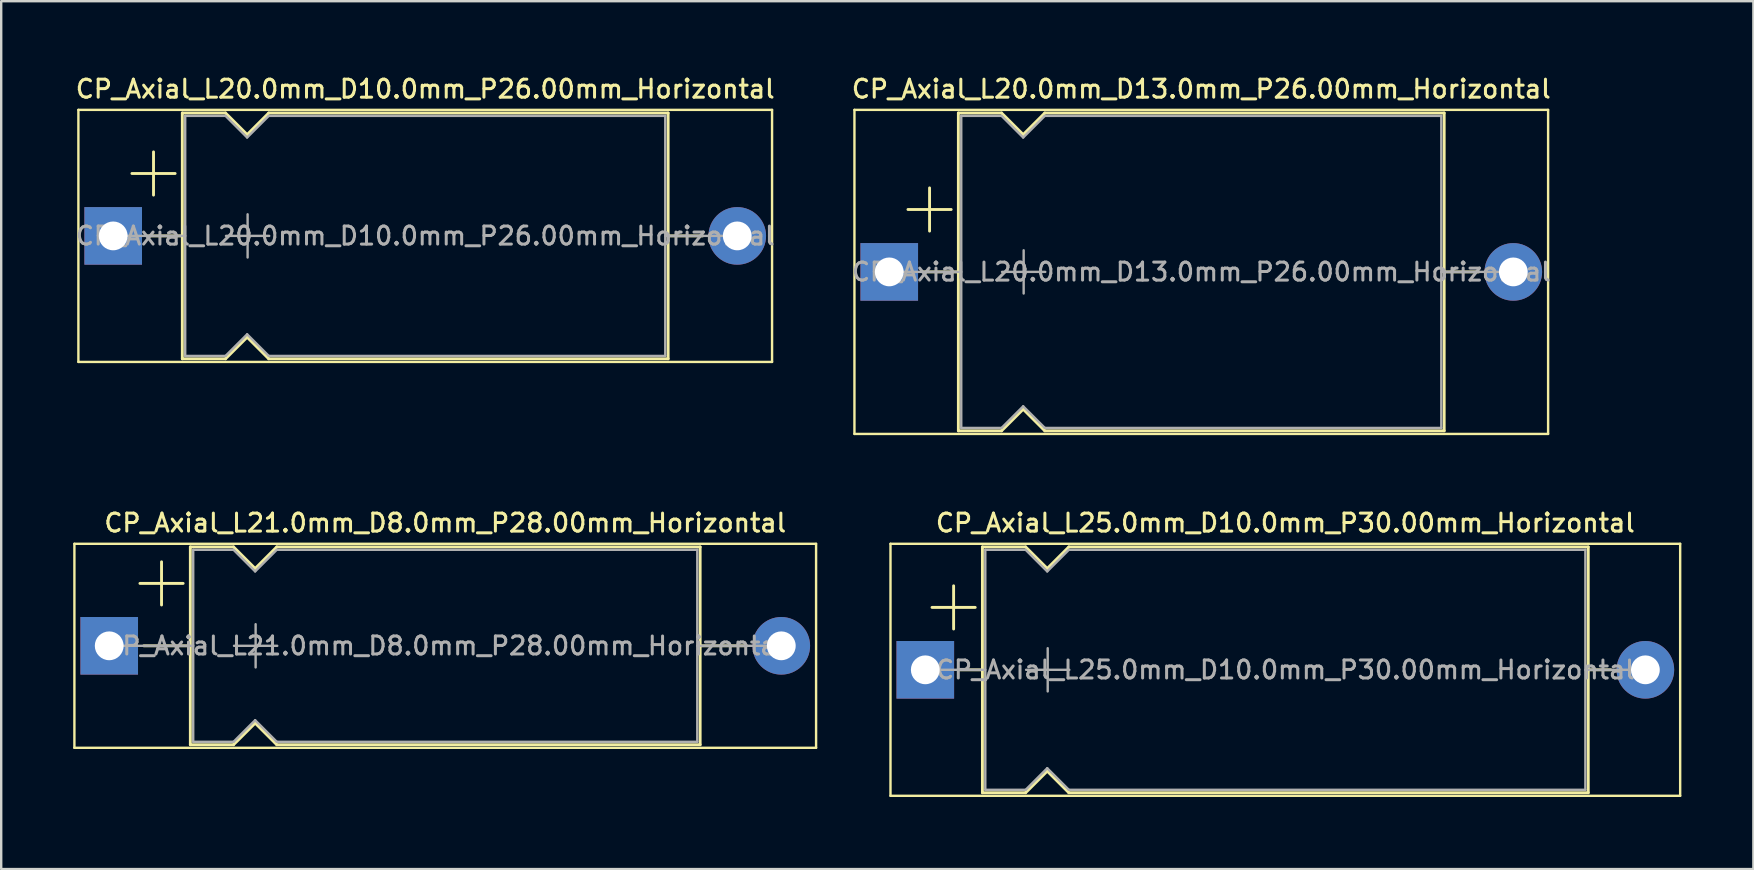
<source format=kicad_pcb>
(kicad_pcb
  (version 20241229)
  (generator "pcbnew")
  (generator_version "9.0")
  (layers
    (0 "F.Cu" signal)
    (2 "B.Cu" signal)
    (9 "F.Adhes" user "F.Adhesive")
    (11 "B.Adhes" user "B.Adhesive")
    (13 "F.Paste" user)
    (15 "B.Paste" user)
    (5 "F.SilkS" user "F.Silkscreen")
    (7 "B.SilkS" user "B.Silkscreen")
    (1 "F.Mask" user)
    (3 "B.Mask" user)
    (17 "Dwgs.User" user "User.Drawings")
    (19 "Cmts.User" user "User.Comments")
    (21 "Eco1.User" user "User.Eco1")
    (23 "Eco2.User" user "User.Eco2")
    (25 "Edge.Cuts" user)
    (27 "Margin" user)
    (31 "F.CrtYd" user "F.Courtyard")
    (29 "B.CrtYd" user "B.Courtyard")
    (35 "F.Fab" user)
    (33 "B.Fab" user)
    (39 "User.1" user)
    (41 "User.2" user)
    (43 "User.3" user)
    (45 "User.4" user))
  (footprint "CP_Axial_L25.0mm_D10.0mm_P30.00mm_Horizontal"
    (layer "F.Cu")
    (at 35.5 24.856)
    (property "Reference" "CP_Axial_L25.0mm_D10.0mm_P30.00mm_Horizontal" (at 15 -6.12 0) (layer "F.SilkS") (effects (font (size 0.75 0.75) (thickness 0.125))))
    (attr through_hole)
    (fp_line (start -1.45 -5.25) (end -1.45 5.25) (stroke (width 0.1) (type solid)) (layer "F.SilkS"))
    (fp_line (start -1.45 5.25) (end 31.45 5.25) (stroke (width 0.1) (type solid)) (layer "F.SilkS"))
    (fp_line (start 0.28 -2.6) (end 2.08 -2.6) (stroke (width 0.12) (type solid)) (layer "F.SilkS"))
    (fp_line (start 1.18 -3.5) (end 1.18 -1.7) (stroke (width 0.12) (type solid)) (layer "F.SilkS"))
    (fp_line (start 1.44 0) (end 2.38 0) (stroke (width 0.12) (type solid)) (layer "F.SilkS"))
    (fp_line (start 2.38 -5.12) (end 2.38 5.12) (stroke (width 0.12) (type solid)) (layer "F.SilkS"))
    (fp_line (start 2.38 -5.12) (end 4.18 -5.12) (stroke (width 0.12) (type solid)) (layer "F.SilkS"))
    (fp_line (start 2.38 5.12) (end 4.18 5.12) (stroke (width 0.12) (type solid)) (layer "F.SilkS"))
    (fp_line (start 4.18 -5.12) (end 5.08 -4.22) (stroke (width 0.12) (type solid)) (layer "F.SilkS"))
    (fp_line (start 4.18 5.12) (end 5.08 4.22) (stroke (width 0.12) (type solid)) (layer "F.SilkS"))
    (fp_line (start 5.08 -4.22) (end 5.98 -5.12) (stroke (width 0.12) (type solid)) (layer "F.SilkS"))
    (fp_line (start 5.08 4.22) (end 5.98 5.12) (stroke (width 0.12) (type solid)) (layer "F.SilkS"))
    (fp_line (start 5.98 -5.12) (end 27.62 -5.12) (stroke (width 0.12) (type solid)) (layer "F.SilkS"))
    (fp_line (start 5.98 5.12) (end 27.62 5.12) (stroke (width 0.12) (type solid)) (layer "F.SilkS"))
    (fp_line (start 27.62 -5.12) (end 27.62 5.12) (stroke (width 0.12) (type solid)) (layer "F.SilkS"))
    (fp_line (start 28.56 0) (end 27.62 0) (stroke (width 0.12) (type solid)) (layer "F.SilkS"))
    (fp_line (start 31.45 -5.25) (end -1.45 -5.25) (stroke (width 0.1) (type solid)) (layer "F.SilkS"))
    (fp_line (start 31.45 5.25) (end 31.45 -5.25) (stroke (width 0.1) (type solid)) (layer "F.SilkS"))
    (fp_line (start 0 0) (end 2.5 0) (stroke (width 0.1) (type solid)) (layer "F.Fab"))
    (fp_line (start 2.5 -5) (end 2.5 5) (stroke (width 0.1) (type solid)) (layer "F.Fab"))
    (fp_line (start 2.5 -5) (end 4.18 -5) (stroke (width 0.1) (type solid)) (layer "F.Fab"))
    (fp_line (start 2.5 5) (end 4.18 5) (stroke (width 0.1) (type solid)) (layer "F.Fab"))
    (fp_line (start 4.18 -5) (end 5.08 -4.1) (stroke (width 0.1) (type solid)) (layer "F.Fab"))
    (fp_line (start 4.18 5) (end 5.08 4.1) (stroke (width 0.1) (type solid)) (layer "F.Fab"))
    (fp_line (start 4.2 0) (end 6 0) (stroke (width 0.1) (type solid)) (layer "F.Fab"))
    (fp_line (start 5.08 -4.1) (end 5.98 -5) (stroke (width 0.1) (type solid)) (layer "F.Fab"))
    (fp_line (start 5.08 4.1) (end 5.98 5) (stroke (width 0.1) (type solid)) (layer "F.Fab"))
    (fp_line (start 5.1 -0.9) (end 5.1 0.9) (stroke (width 0.1) (type solid)) (layer "F.Fab"))
    (fp_line (start 5.98 -5) (end 27.5 -5) (stroke (width 0.1) (type solid)) (layer "F.Fab"))
    (fp_line (start 5.98 5) (end 27.5 5) (stroke (width 0.1) (type solid)) (layer "F.Fab"))
    (fp_line (start 27.5 -5) (end 27.5 5) (stroke (width 0.1) (type solid)) (layer "F.Fab"))
    (fp_line (start 30 0) (end 27.5 0) (stroke (width 0.1) (type solid)) (layer "F.Fab"))
    (fp_text user "${REFERENCE}" (at 15 0 0) (layer "F.Fab") (effects (font (size 0.75 0.75) (thickness 0.125))))
    (pad "1" thru_hole rect (at 0 0) (size 2.4 2.4) (drill 1.2) (layers "*.Cu" "*.Mask"))
    (pad "2" thru_hole oval (at 30 0) (size 2.4 2.4) (drill 1.2) (layers "*.Cu" "*.Mask")))
  (footprint "CP_Axial_L20.0mm_D13.0mm_P26.00mm_Horizontal"
    (layer "F.Cu")
    (at 33.998 8.278)
    (property "Reference" "CP_Axial_L20.0mm_D13.0mm_P26.00mm_Horizontal" (at 13 -7.62 0) (layer "F.SilkS") (effects (font (size 0.75 0.75) (thickness 0.125))))
    (attr through_hole)
    (fp_line (start -1.45 -6.75) (end -1.45 6.75) (stroke (width 0.1) (type solid)) (layer "F.SilkS"))
    (fp_line (start -1.45 6.75) (end 27.45 6.75) (stroke (width 0.1) (type solid)) (layer "F.SilkS"))
    (fp_line (start 0.78 -2.6) (end 2.58 -2.6) (stroke (width 0.12) (type solid)) (layer "F.SilkS"))
    (fp_line (start 1.44 0) (end 2.88 0) (stroke (width 0.12) (type solid)) (layer "F.SilkS"))
    (fp_line (start 1.68 -3.5) (end 1.68 -1.7) (stroke (width 0.12) (type solid)) (layer "F.SilkS"))
    (fp_line (start 2.88 -6.62) (end 2.88 6.62) (stroke (width 0.12) (type solid)) (layer "F.SilkS"))
    (fp_line (start 2.88 -6.62) (end 4.68 -6.62) (stroke (width 0.12) (type solid)) (layer "F.SilkS"))
    (fp_line (start 2.88 6.62) (end 4.68 6.62) (stroke (width 0.12) (type solid)) (layer "F.SilkS"))
    (fp_line (start 4.68 -6.62) (end 5.58 -5.72) (stroke (width 0.12) (type solid)) (layer "F.SilkS"))
    (fp_line (start 4.68 6.62) (end 5.58 5.72) (stroke (width 0.12) (type solid)) (layer "F.SilkS"))
    (fp_line (start 5.58 -5.72) (end 6.48 -6.62) (stroke (width 0.12) (type solid)) (layer "F.SilkS"))
    (fp_line (start 5.58 5.72) (end 6.48 6.62) (stroke (width 0.12) (type solid)) (layer "F.SilkS"))
    (fp_line (start 6.48 -6.62) (end 23.12 -6.62) (stroke (width 0.12) (type solid)) (layer "F.SilkS"))
    (fp_line (start 6.48 6.62) (end 23.12 6.62) (stroke (width 0.12) (type solid)) (layer "F.SilkS"))
    (fp_line (start 23.12 -6.62) (end 23.12 6.62) (stroke (width 0.12) (type solid)) (layer "F.SilkS"))
    (fp_line (start 24.56 0) (end 23.12 0) (stroke (width 0.12) (type solid)) (layer "F.SilkS"))
    (fp_line (start 27.45 -6.75) (end -1.45 -6.75) (stroke (width 0.1) (type solid)) (layer "F.SilkS"))
    (fp_line (start 27.45 6.75) (end 27.45 -6.75) (stroke (width 0.1) (type solid)) (layer "F.SilkS"))
    (fp_line (start 0 0) (end 3 0) (stroke (width 0.1) (type solid)) (layer "F.Fab"))
    (fp_line (start 3 -6.5) (end 3 6.5) (stroke (width 0.1) (type solid)) (layer "F.Fab"))
    (fp_line (start 3 -6.5) (end 4.68 -6.5) (stroke (width 0.1) (type solid)) (layer "F.Fab"))
    (fp_line (start 3 6.5) (end 4.68 6.5) (stroke (width 0.1) (type solid)) (layer "F.Fab"))
    (fp_line (start 4.68 -6.5) (end 5.58 -5.6) (stroke (width 0.1) (type solid)) (layer "F.Fab"))
    (fp_line (start 4.68 6.5) (end 5.58 5.6) (stroke (width 0.1) (type solid)) (layer "F.Fab"))
    (fp_line (start 4.7 0) (end 6.5 0) (stroke (width 0.1) (type solid)) (layer "F.Fab"))
    (fp_line (start 5.58 -5.6) (end 6.48 -6.5) (stroke (width 0.1) (type solid)) (layer "F.Fab"))
    (fp_line (start 5.58 5.6) (end 6.48 6.5) (stroke (width 0.1) (type solid)) (layer "F.Fab"))
    (fp_line (start 5.6 -0.9) (end 5.6 0.9) (stroke (width 0.1) (type solid)) (layer "F.Fab"))
    (fp_line (start 6.48 -6.5) (end 23 -6.5) (stroke (width 0.1) (type solid)) (layer "F.Fab"))
    (fp_line (start 6.48 6.5) (end 23 6.5) (stroke (width 0.1) (type solid)) (layer "F.Fab"))
    (fp_line (start 23 -6.5) (end 23 6.5) (stroke (width 0.1) (type solid)) (layer "F.Fab"))
    (fp_line (start 26 0) (end 23 0) (stroke (width 0.1) (type solid)) (layer "F.Fab"))
    (fp_text user "${REFERENCE}" (at 13 0 0) (layer "F.Fab") (effects (font (size 0.75 0.75) (thickness 0.125))))
    (pad "1" thru_hole rect (at 0 0) (size 2.4 2.4) (drill 1.2) (layers "*.Cu" "*.Mask"))
    (pad "2" thru_hole oval (at 26 0) (size 2.4 2.4) (drill 1.2) (layers "*.Cu" "*.Mask")))
  (footprint "CP_Axial_L21.0mm_D8.0mm_P28.00mm_Horizontal"
    (layer "F.Cu")
    (at 1.5 23.856)
    (property "Reference" "CP_Axial_L21.0mm_D8.0mm_P28.00mm_Horizontal" (at 14 -5.12 0) (layer "F.SilkS") (effects (font (size 0.75 0.75) (thickness 0.125))))
    (attr through_hole)
    (fp_line (start -1.45 -4.25) (end -1.45 4.25) (stroke (width 0.1) (type solid)) (layer "F.SilkS"))
    (fp_line (start -1.45 4.25) (end 29.45 4.25) (stroke (width 0.1) (type solid)) (layer "F.SilkS"))
    (fp_line (start 1.28 -2.6) (end 3.08 -2.6) (stroke (width 0.12) (type solid)) (layer "F.SilkS"))
    (fp_line (start 1.44 0) (end 3.38 0) (stroke (width 0.12) (type solid)) (layer "F.SilkS"))
    (fp_line (start 2.18 -3.5) (end 2.18 -1.7) (stroke (width 0.12) (type solid)) (layer "F.SilkS"))
    (fp_line (start 3.38 -4.12) (end 3.38 4.12) (stroke (width 0.12) (type solid)) (layer "F.SilkS"))
    (fp_line (start 3.38 -4.12) (end 5.18 -4.12) (stroke (width 0.12) (type solid)) (layer "F.SilkS"))
    (fp_line (start 3.38 4.12) (end 5.18 4.12) (stroke (width 0.12) (type solid)) (layer "F.SilkS"))
    (fp_line (start 5.18 -4.12) (end 6.08 -3.22) (stroke (width 0.12) (type solid)) (layer "F.SilkS"))
    (fp_line (start 5.18 4.12) (end 6.08 3.22) (stroke (width 0.12) (type solid)) (layer "F.SilkS"))
    (fp_line (start 6.08 -3.22) (end 6.98 -4.12) (stroke (width 0.12) (type solid)) (layer "F.SilkS"))
    (fp_line (start 6.08 3.22) (end 6.98 4.12) (stroke (width 0.12) (type solid)) (layer "F.SilkS"))
    (fp_line (start 6.98 -4.12) (end 24.62 -4.12) (stroke (width 0.12) (type solid)) (layer "F.SilkS"))
    (fp_line (start 6.98 4.12) (end 24.62 4.12) (stroke (width 0.12) (type solid)) (layer "F.SilkS"))
    (fp_line (start 24.62 -4.12) (end 24.62 4.12) (stroke (width 0.12) (type solid)) (layer "F.SilkS"))
    (fp_line (start 26.56 0) (end 24.62 0) (stroke (width 0.12) (type solid)) (layer "F.SilkS"))
    (fp_line (start 29.45 -4.25) (end -1.45 -4.25) (stroke (width 0.1) (type solid)) (layer "F.SilkS"))
    (fp_line (start 29.45 4.25) (end 29.45 -4.25) (stroke (width 0.1) (type solid)) (layer "F.SilkS"))
    (fp_line (start 0 0) (end 3.5 0) (stroke (width 0.1) (type solid)) (layer "F.Fab"))
    (fp_line (start 3.5 -4) (end 3.5 4) (stroke (width 0.1) (type solid)) (layer "F.Fab"))
    (fp_line (start 3.5 -4) (end 5.18 -4) (stroke (width 0.1) (type solid)) (layer "F.Fab"))
    (fp_line (start 3.5 4) (end 5.18 4) (stroke (width 0.1) (type solid)) (layer "F.Fab"))
    (fp_line (start 5.18 -4) (end 6.08 -3.1) (stroke (width 0.1) (type solid)) (layer "F.Fab"))
    (fp_line (start 5.18 4) (end 6.08 3.1) (stroke (width 0.1) (type solid)) (layer "F.Fab"))
    (fp_line (start 5.2 0) (end 7 0) (stroke (width 0.1) (type solid)) (layer "F.Fab"))
    (fp_line (start 6.08 -3.1) (end 6.98 -4) (stroke (width 0.1) (type solid)) (layer "F.Fab"))
    (fp_line (start 6.08 3.1) (end 6.98 4) (stroke (width 0.1) (type solid)) (layer "F.Fab"))
    (fp_line (start 6.1 -0.9) (end 6.1 0.9) (stroke (width 0.1) (type solid)) (layer "F.Fab"))
    (fp_line (start 6.98 -4) (end 24.5 -4) (stroke (width 0.1) (type solid)) (layer "F.Fab"))
    (fp_line (start 6.98 4) (end 24.5 4) (stroke (width 0.1) (type solid)) (layer "F.Fab"))
    (fp_line (start 24.5 -4) (end 24.5 4) (stroke (width 0.1) (type solid)) (layer "F.Fab"))
    (fp_line (start 28 0) (end 24.5 0) (stroke (width 0.1) (type solid)) (layer "F.Fab"))
    (fp_text user "${REFERENCE}" (at 14 0 0) (layer "F.Fab") (effects (font (size 0.75 0.75) (thickness 0.125))))
    (pad "1" thru_hole rect (at 0 0) (size 2.4 2.4) (drill 1.2) (layers "*.Cu" "*.Mask"))
    (pad "2" thru_hole oval (at 28 0) (size 2.4 2.4) (drill 1.2) (layers "*.Cu" "*.Mask")))
  (footprint "CP_Axial_L20.0mm_D10.0mm_P26.00mm_Horizontal"
    (layer "F.Cu")
    (at 1.666 6.778)
    (property "Reference" "CP_Axial_L20.0mm_D10.0mm_P26.00mm_Horizontal" (at 13 -6.12 0) (layer "F.SilkS") (effects (font (size 0.75 0.75) (thickness 0.125))))
    (attr through_hole)
    (fp_line (start -1.45 -5.25) (end -1.45 5.25) (stroke (width 0.1) (type solid)) (layer "F.SilkS"))
    (fp_line (start -1.45 5.25) (end 27.45 5.25) (stroke (width 0.1) (type solid)) (layer "F.SilkS"))
    (fp_line (start 0.78 -2.6) (end 2.58 -2.6) (stroke (width 0.12) (type solid)) (layer "F.SilkS"))
    (fp_line (start 1.44 0) (end 2.88 0) (stroke (width 0.12) (type solid)) (layer "F.SilkS"))
    (fp_line (start 1.68 -3.5) (end 1.68 -1.7) (stroke (width 0.12) (type solid)) (layer "F.SilkS"))
    (fp_line (start 2.88 -5.12) (end 2.88 5.12) (stroke (width 0.12) (type solid)) (layer "F.SilkS"))
    (fp_line (start 2.88 -5.12) (end 4.68 -5.12) (stroke (width 0.12) (type solid)) (layer "F.SilkS"))
    (fp_line (start 2.88 5.12) (end 4.68 5.12) (stroke (width 0.12) (type solid)) (layer "F.SilkS"))
    (fp_line (start 4.68 -5.12) (end 5.58 -4.22) (stroke (width 0.12) (type solid)) (layer "F.SilkS"))
    (fp_line (start 4.68 5.12) (end 5.58 4.22) (stroke (width 0.12) (type solid)) (layer "F.SilkS"))
    (fp_line (start 5.58 -4.22) (end 6.48 -5.12) (stroke (width 0.12) (type solid)) (layer "F.SilkS"))
    (fp_line (start 5.58 4.22) (end 6.48 5.12) (stroke (width 0.12) (type solid)) (layer "F.SilkS"))
    (fp_line (start 6.48 -5.12) (end 23.12 -5.12) (stroke (width 0.12) (type solid)) (layer "F.SilkS"))
    (fp_line (start 6.48 5.12) (end 23.12 5.12) (stroke (width 0.12) (type solid)) (layer "F.SilkS"))
    (fp_line (start 23.12 -5.12) (end 23.12 5.12) (stroke (width 0.12) (type solid)) (layer "F.SilkS"))
    (fp_line (start 24.56 0) (end 23.12 0) (stroke (width 0.12) (type solid)) (layer "F.SilkS"))
    (fp_line (start 27.45 -5.25) (end -1.45 -5.25) (stroke (width 0.1) (type solid)) (layer "F.SilkS"))
    (fp_line (start 27.45 5.25) (end 27.45 -5.25) (stroke (width 0.1) (type solid)) (layer "F.SilkS"))
    (fp_line (start 0 0) (end 3 0) (stroke (width 0.1) (type solid)) (layer "F.Fab"))
    (fp_line (start 3 -5) (end 3 5) (stroke (width 0.1) (type solid)) (layer "F.Fab"))
    (fp_line (start 3 -5) (end 4.68 -5) (stroke (width 0.1) (type solid)) (layer "F.Fab"))
    (fp_line (start 3 5) (end 4.68 5) (stroke (width 0.1) (type solid)) (layer "F.Fab"))
    (fp_line (start 4.68 -5) (end 5.58 -4.1) (stroke (width 0.1) (type solid)) (layer "F.Fab"))
    (fp_line (start 4.68 5) (end 5.58 4.1) (stroke (width 0.1) (type solid)) (layer "F.Fab"))
    (fp_line (start 4.7 0) (end 6.5 0) (stroke (width 0.1) (type solid)) (layer "F.Fab"))
    (fp_line (start 5.58 -4.1) (end 6.48 -5) (stroke (width 0.1) (type solid)) (layer "F.Fab"))
    (fp_line (start 5.58 4.1) (end 6.48 5) (stroke (width 0.1) (type solid)) (layer "F.Fab"))
    (fp_line (start 5.6 -0.9) (end 5.6 0.9) (stroke (width 0.1) (type solid)) (layer "F.Fab"))
    (fp_line (start 6.48 -5) (end 23 -5) (stroke (width 0.1) (type solid)) (layer "F.Fab"))
    (fp_line (start 6.48 5) (end 23 5) (stroke (width 0.1) (type solid)) (layer "F.Fab"))
    (fp_line (start 23 -5) (end 23 5) (stroke (width 0.1) (type solid)) (layer "F.Fab"))
    (fp_line (start 26 0) (end 23 0) (stroke (width 0.1) (type solid)) (layer "F.Fab"))
    (fp_text user "${REFERENCE}" (at 13 0 0) (layer "F.Fab") (effects (font (size 0.75 0.75) (thickness 0.125))))
    (pad "1" thru_hole rect (at 0 0) (size 2.4 2.4) (drill 1.2) (layers "*.Cu" "*.Mask"))
    (pad "2" thru_hole oval (at 26 0) (size 2.4 2.4) (drill 1.2) (layers "*.Cu" "*.Mask")))
  (gr_rect
    (start -3 -3)
    (end 70 33.156)
    (stroke (width 0.1) (type default))
    (fill no)
    (layer "Edge.Cuts")))
</source>
